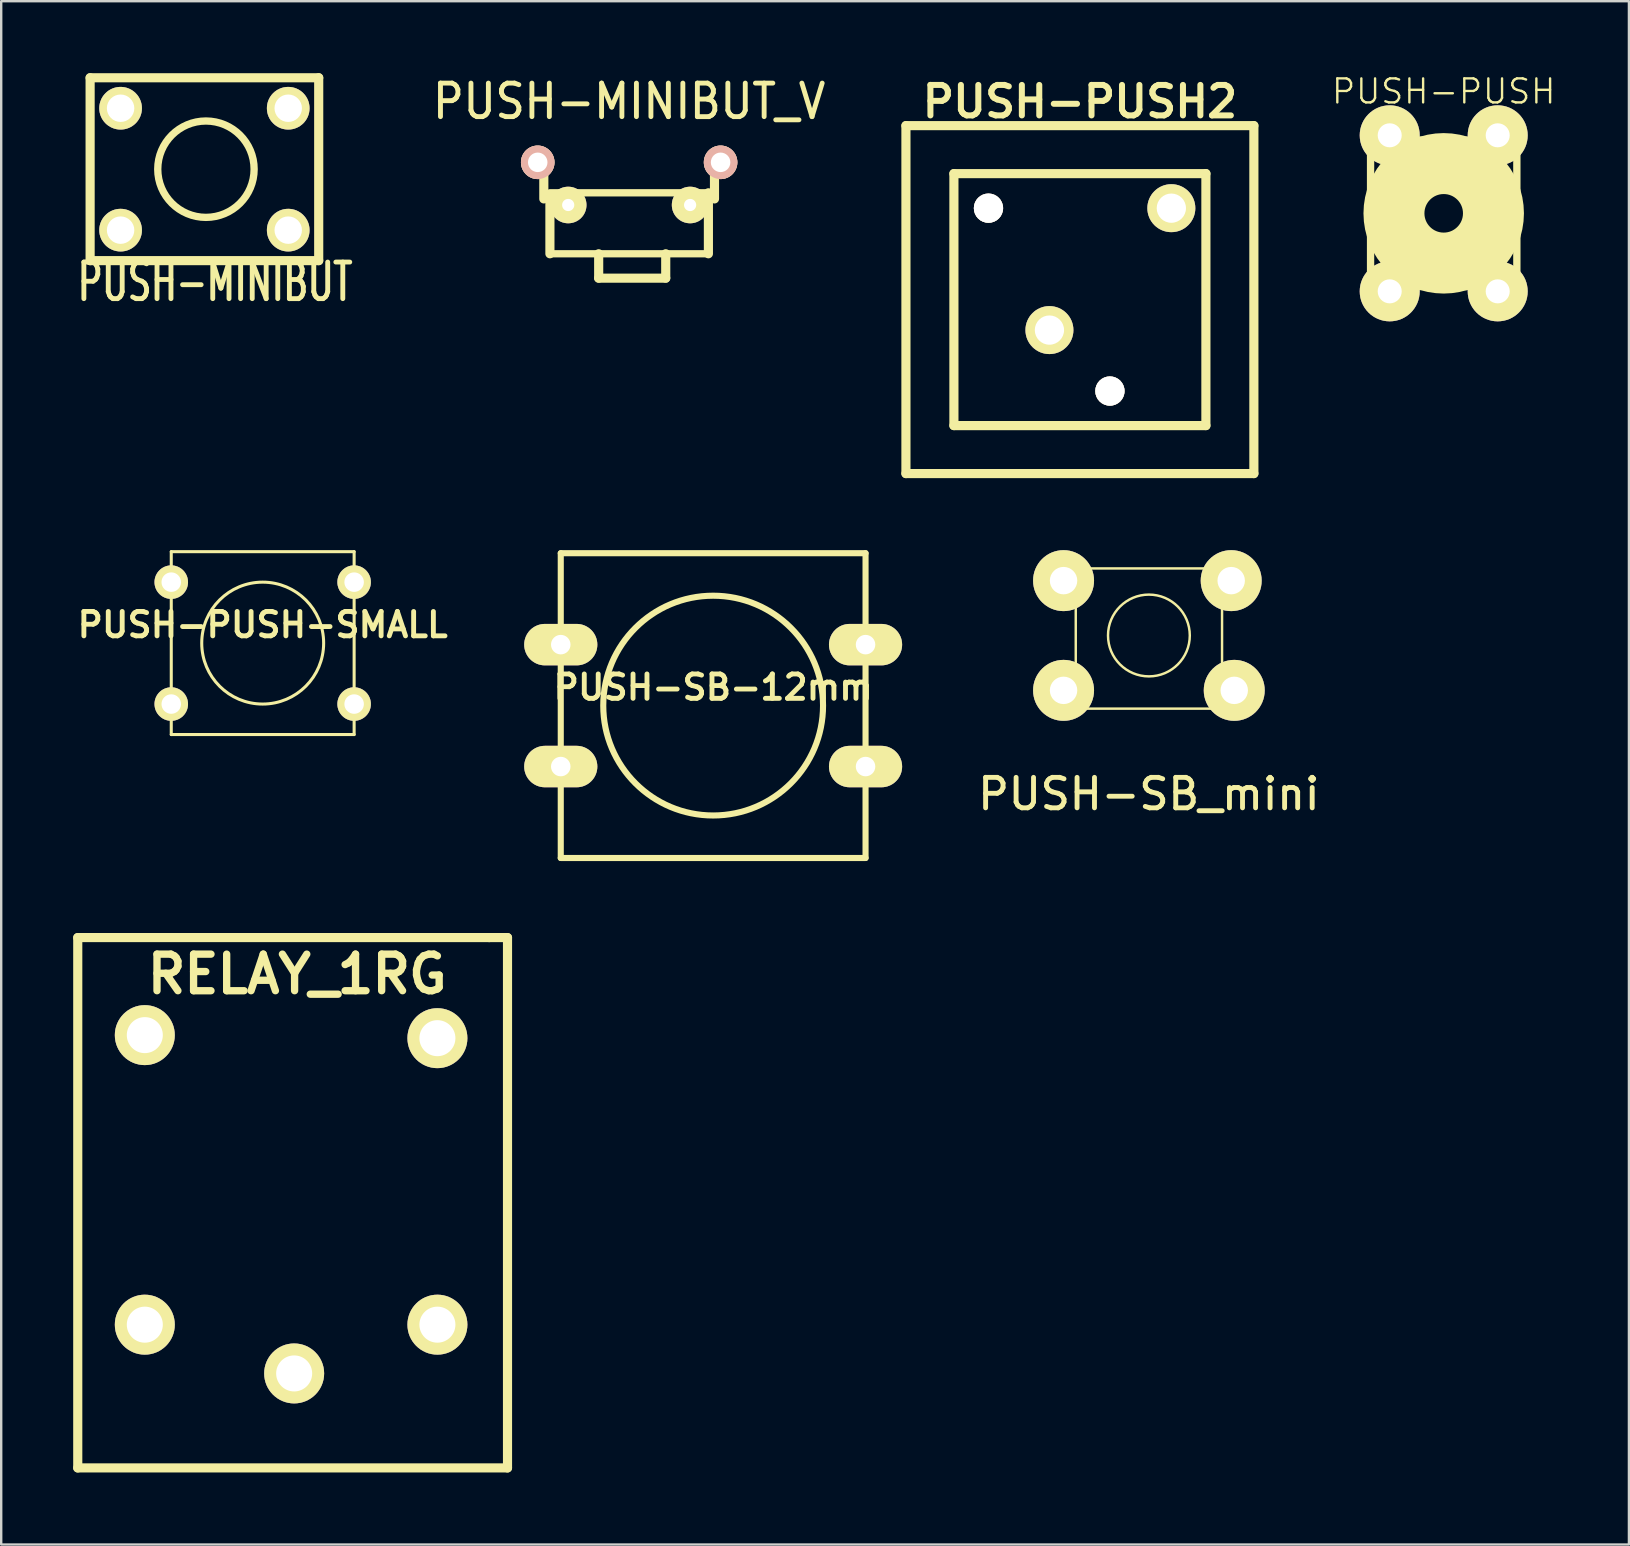
<source format=kicad_pcb>
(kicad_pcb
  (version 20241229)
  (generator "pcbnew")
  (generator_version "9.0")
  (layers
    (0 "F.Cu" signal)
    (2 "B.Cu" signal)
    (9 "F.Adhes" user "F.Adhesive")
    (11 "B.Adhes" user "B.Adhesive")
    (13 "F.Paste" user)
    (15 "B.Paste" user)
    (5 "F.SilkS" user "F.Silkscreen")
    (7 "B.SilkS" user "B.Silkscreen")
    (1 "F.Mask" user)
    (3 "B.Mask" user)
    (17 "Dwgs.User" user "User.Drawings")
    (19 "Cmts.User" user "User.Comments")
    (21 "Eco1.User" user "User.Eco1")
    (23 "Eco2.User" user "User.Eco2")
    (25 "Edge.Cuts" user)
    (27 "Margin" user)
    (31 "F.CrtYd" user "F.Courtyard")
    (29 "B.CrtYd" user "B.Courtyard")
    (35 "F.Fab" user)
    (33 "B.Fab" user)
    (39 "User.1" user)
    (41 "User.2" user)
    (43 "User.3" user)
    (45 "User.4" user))
  (footprint "PUSH-PUSH-SMALL"
    (layer "F.Cu")
    (at 7.896 23.747)
    (property "Reference" "PUSH-PUSH-SMALL" (at 0 -0.762 0) (layer "F.SilkS") (effects (font (size 1.016 1.016) (thickness 0.203))))
    (attr through_hole)
    (fp_line (start -3.81 -3.81) (end -3.81 3.81) (stroke (width 0.127) (type solid)) (layer "F.SilkS"))
    (fp_line (start -3.81 -3.81) (end 3.81 -3.81) (stroke (width 0.127) (type solid)) (layer "F.SilkS"))
    (fp_line (start 3.81 -3.81) (end 3.81 3.81) (stroke (width 0.127) (type solid)) (layer "F.SilkS"))
    (fp_line (start 3.81 3.81) (end -3.81 3.81) (stroke (width 0.127) (type solid)) (layer "F.SilkS"))
    (fp_circle (center 0 0) (end 0 -2.54) (stroke (width 0.127) (type solid)) (fill no) (layer "F.SilkS"))
    (pad "1" thru_hole circle (at -3.81 -2.54) (size 1.397 1.397) (drill 0.813) (layers "*.Cu" "*.Mask" "F.SilkS"))
    (pad "1" thru_hole circle (at 3.81 -2.54) (size 1.397 1.397) (drill 0.813) (layers "*.Cu" "*.Mask" "F.SilkS"))
    (pad "2" thru_hole circle (at -3.81 2.54) (size 1.397 1.397) (drill 0.813) (layers "*.Cu" "*.Mask" "F.SilkS"))
    (pad "2" thru_hole circle (at 3.81 2.54) (size 1.397 1.397) (drill 0.813) (layers "*.Cu" "*.Mask" "F.SilkS")))
  (footprint "PUSH-SB_mini"
    (layer "F.Cu")
    (at 44.823 23.684)
    (property "Reference" "PUSH-SB_mini" (at 0 6.35 0) (layer "F.SilkS") (effects (font (size 1.27 1.27) (thickness 0.203))))
    (attr through_hole)
    (fp_line (start -3.048 -3.048) (end -3.048 2.794) (stroke (width 0.102) (type solid)) (layer "F.SilkS"))
    (fp_line (start -3.048 2.794) (end 3.048 2.794) (stroke (width 0.102) (type solid)) (layer "F.SilkS"))
    (fp_line (start 3.048 -3.048) (end -3.048 -3.048) (stroke (width 0.102) (type solid)) (layer "F.SilkS"))
    (fp_line (start 3.048 2.794) (end 3.048 -3.048) (stroke (width 0.102) (type solid)) (layer "F.SilkS"))
    (fp_circle (center 0 -0.254) (end 1.524 0.508) (stroke (width 0.102) (type solid)) (fill no) (layer "F.SilkS"))
    (pad "1" thru_hole circle (at -3.556 -2.54) (size 2.54 2.54) (drill 1.143) (layers "*.Cu" "*.Mask" "F.SilkS"))
    (pad "2" thru_hole circle (at 3.429 -2.54) (size 2.54 2.54) (drill 1.143) (layers "*.Cu" "*.Mask" "F.SilkS"))
    (pad "3" thru_hole circle (at -3.556 2.032) (size 2.54 2.54) (drill 1.143) (layers "*.Cu" "*.Mask" "F.SilkS"))
    (pad "4" thru_hole circle (at 3.556 2.032) (size 2.54 2.54) (drill 1.143) (layers "*.Cu" "*.Mask" "F.SilkS")))
  (footprint "PUSH-PUSH2"
    (layer "F.Cu")
    (at 41.948 9.434)
    (property "Reference" "PUSH-PUSH2" (at 0 -8.25 0) (layer "F.SilkS") (effects (font (size 1.27 1.27) (thickness 0.251))))
    (attr through_hole)
    (fp_line (start -7.249 7.249) (end -7.249 -7.249) (stroke (width 0.381) (type solid)) (layer "F.SilkS"))
    (fp_line (start -7.249 7.249) (end 7.249 7.249) (stroke (width 0.381) (type solid)) (layer "F.SilkS"))
    (fp_line (start -5.25 -5.25) (end 5.25 -5.25) (stroke (width 0.381) (type solid)) (layer "F.SilkS"))
    (fp_line (start -5.25 5.25) (end -5.25 -5.25) (stroke (width 0.381) (type solid)) (layer "F.SilkS"))
    (fp_line (start 5.25 -5.25) (end 5.25 5.25) (stroke (width 0.381) (type solid)) (layer "F.SilkS"))
    (fp_line (start 5.25 5.25) (end -5.25 5.25) (stroke (width 0.381) (type solid)) (layer "F.SilkS"))
    (fp_line (start 7.249 -7.249) (end -7.249 -7.249) (stroke (width 0.381) (type solid)) (layer "F.SilkS"))
    (fp_line (start 7.249 7.249) (end 7.249 -7.249) (stroke (width 0.381) (type solid)) (layer "F.SilkS"))
    (pad "" thru_hole circle (at -3.81 -3.81) (size 1.219 1.219) (drill 1.219) (layers "*.Cu" "*.Mask" "F.SilkS"))
    (pad "" thru_hole circle (at 1.25 3.81) (size 1.219 1.219) (drill 1.219) (layers "*.Cu" "*.Mask" "F.SilkS"))
    (pad "1" thru_hole circle (at 3.81 -3.81) (size 1.999 1.999) (drill 1.219) (layers "*.Cu" "*.Mask" "F.SilkS"))
    (pad "2" thru_hole circle (at -1.27 1.27) (size 1.999 1.999) (drill 1.219) (layers "*.Cu" "*.Mask" "F.SilkS")))
  (footprint "PUSH-MINIBUT_V"
    (layer "F.Cu")
    (at 23.166 3.714)
    (property "Reference" "PUSH-MINIBUT_V" (at 0 -2.54 0) (layer "F.SilkS") (effects (font (size 1.397 1.27) (thickness 0.203))))
    (attr through_hole)
    (fp_line (start -3.556 1.524) (end -3.556 -0.254) (stroke (width 0.381) (type solid)) (layer "F.SilkS"))
    (fp_line (start -3.302 3.81) (end -3.302 1.524) (stroke (width 0.381) (type solid)) (layer "F.SilkS"))
    (fp_line (start -3.302 3.81) (end 3.302 3.81) (stroke (width 0.305) (type solid)) (layer "F.SilkS"))
    (fp_line (start -1.27 3.81) (end -1.27 4.826) (stroke (width 0.381) (type solid)) (layer "F.SilkS"))
    (fp_line (start -1.27 4.826) (end 1.524 4.826) (stroke (width 0.381) (type solid)) (layer "F.SilkS"))
    (fp_line (start 1.524 4.826) (end 1.524 3.81) (stroke (width 0.381) (type solid)) (layer "F.SilkS"))
    (fp_line (start 3.302 1.27) (end -3.302 1.27) (stroke (width 0.305) (type solid)) (layer "F.SilkS"))
    (fp_line (start 3.302 3.81) (end 3.302 1.27) (stroke (width 0.381) (type solid)) (layer "F.SilkS"))
    (fp_line (start 3.556 1.524) (end 3.556 -0.254) (stroke (width 0.381) (type solid)) (layer "F.SilkS"))
    (pad "1" thru_hole circle (at -2.54 1.778) (size 1.524 1.524) (drill 0.508) (layers "*.Cu" "*.Mask" "F.SilkS"))
    (pad "2" thru_hole circle (at 2.54 1.778) (size 1.524 1.524) (drill 0.508) (layers "*.Cu" "*.Mask" "F.SilkS"))
    (pad "A" thru_hole circle (at -3.81 0) (size 1.397 1.397) (drill 0.813) (layers "*.Cu" "*.SilkS" "*.Mask"))
    (pad "B" thru_hole circle (at 3.81 0) (size 1.397 1.397) (drill 0.813) (layers "*.Cu" "*.SilkS" "*.Mask")))
  (footprint "PUSH-PUSH"
    (layer "F.Cu")
    (at 57.107 5.839)
    (property "Reference" "PUSH-PUSH" (at 0 -5.08 0) (layer "F.SilkS") (effects (font (size 1.001 1.001) (thickness 0.099))))
    (attr through_hole)
    (fp_line (start -3.048 -3.048) (end 3.048 -3.048) (stroke (width 0.305) (type solid)) (layer "F.SilkS"))
    (fp_line (start -3.048 3.048) (end -3.048 -3.048) (stroke (width 0.305) (type solid)) (layer "F.SilkS"))
    (fp_line (start 3.048 -3.048) (end 3.048 3.048) (stroke (width 0.305) (type solid)) (layer "F.SilkS"))
    (fp_line (start 3.048 3.048) (end -3.048 3.048) (stroke (width 0.305) (type solid)) (layer "F.SilkS"))
    (fp_circle (center 0 0) (end -0.762 0.254) (stroke (width 2.54) (type solid)) (fill no) (layer "F.SilkS"))
    (pad "1" thru_hole circle (at -2.25 -3.251) (size 2.499 2.499) (drill 1.001) (layers "*.Cu" "*.Mask" "F.SilkS"))
    (pad "2" thru_hole circle (at -2.25 3.251) (size 2.499 2.499) (drill 1.001) (layers "*.Cu" "*.Mask" "F.SilkS"))
    (pad "3" thru_hole circle (at 2.25 3.251) (size 2.499 2.499) (drill 1.001) (layers "*.Cu" "*.Mask" "F.SilkS"))
    (pad "4" thru_hole circle (at 2.25 -3.251) (size 2.499 2.499) (drill 1.001) (layers "*.Cu" "*.Mask" "F.SilkS")))
  (footprint "RELAY_1RG"
    (layer "F.Cu")
    (at 9.207 46.94)
    (property "Reference" "RELAY_1RG" (at 0.127 -9.398 0) (layer "F.SilkS") (effects (font (size 1.524 1.524) (thickness 0.305))))
    (attr through_hole)
    (fp_line (start -9.017 -10.922) (end 8.128 -10.922) (stroke (width 0.381) (type solid)) (layer "F.SilkS"))
    (fp_line (start -9.017 11.176) (end -9.017 -10.922) (stroke (width 0.381) (type solid)) (layer "F.SilkS"))
    (fp_line (start -9.017 11.176) (end 8.89 11.176) (stroke (width 0.381) (type solid)) (layer "F.SilkS"))
    (fp_line (start 8.128 -10.922) (end 8.89 -10.922) (stroke (width 0.381) (type solid)) (layer "F.SilkS"))
    (fp_line (start 8.89 -10.922) (end 8.89 11.176) (stroke (width 0.381) (type solid)) (layer "F.SilkS"))
    (pad "B1" thru_hole circle (at -6.223 5.207) (size 2.499 2.499) (drill 1.501) (layers "*.Cu" "*.Mask" "F.SilkS"))
    (pad "B2" thru_hole circle (at 5.969 5.207) (size 2.499 2.499) (drill 1.501) (layers "*.Cu" "*.Mask" "F.SilkS"))
    (pad "C" thru_hole circle (at 0 7.239) (size 2.499 2.499) (drill 1.501) (layers "*.Cu" "*.Mask" "F.SilkS"))
    (pad "NA" thru_hole circle (at 5.969 -6.731) (size 2.499 2.499) (drill 1.501) (layers "*.Cu" "*.Mask" "F.SilkS"))
    (pad "NF" thru_hole circle (at -6.223 -6.858) (size 2.499 2.499) (drill 1.501) (layers "*.Cu" "*.Mask" "F.SilkS")))
  (footprint "PUSH-SB-12mm"
    (layer "F.Cu")
    (at 26.666 26.351)
    (property "Reference" "PUSH-SB-12mm" (at 0 -0.762 0) (layer "F.SilkS") (effects (font (size 1.016 1.016) (thickness 0.203))))
    (attr through_hole)
    (fp_line (start -6.35 -6.35) (end 6.35 -6.35) (stroke (width 0.254) (type solid)) (layer "F.SilkS"))
    (fp_line (start -6.35 6.35) (end -6.35 -6.35) (stroke (width 0.254) (type solid)) (layer "F.SilkS"))
    (fp_line (start 6.35 -6.35) (end 6.35 6.35) (stroke (width 0.254) (type solid)) (layer "F.SilkS"))
    (fp_line (start 6.35 6.35) (end -6.35 6.35) (stroke (width 0.254) (type solid)) (layer "F.SilkS"))
    (fp_circle (center 0 0) (end 3.81 2.54) (stroke (width 0.254) (type solid)) (fill no) (layer "F.SilkS"))
    (pad "1" thru_hole oval (at -6.35 -2.54) (size 3.048 1.727) (drill 0.813) (layers "*.Cu" "*.Mask" "F.SilkS"))
    (pad "1" thru_hole oval (at 6.35 -2.54) (size 3.048 1.727) (drill 0.813) (layers "*.Cu" "*.Mask" "F.SilkS"))
    (pad "2" thru_hole oval (at -6.35 2.54) (size 3.048 1.727) (drill 0.813) (layers "*.Cu" "*.Mask" "F.SilkS"))
    (pad "2" thru_hole oval (at 6.35 2.54) (size 3.048 1.727) (drill 0.813) (layers "*.Cu" "*.Mask" "F.SilkS")))
  (footprint "PUSH-MINIBUT"
    (layer "F.Cu")
    (at 5.531 4)
    (property "Reference" "PUSH-MINIBUT" (at 0.381 4.699 0) (layer "F.SilkS") (effects (font (size 1.524 1.016) (thickness 0.203))))
    (attr through_hole)
    (fp_line (start -4.826 -3.81) (end -4.826 3.81) (stroke (width 0.381) (type solid)) (layer "F.SilkS"))
    (fp_line (start -4.826 3.81) (end 4.699 3.81) (stroke (width 0.381) (type solid)) (layer "F.SilkS"))
    (fp_line (start 4.699 -3.81) (end -4.826 -3.81) (stroke (width 0.381) (type solid)) (layer "F.SilkS"))
    (fp_line (start 4.699 3.81) (end 4.699 -3.81) (stroke (width 0.381) (type solid)) (layer "F.SilkS"))
    (fp_circle (center 0 0) (end 1.905 0.635) (stroke (width 0.305) (type solid)) (fill no) (layer "F.SilkS"))
    (pad "1" thru_hole circle (at 3.429 -2.54) (size 1.778 1.778) (drill 1.143) (layers "*.Cu" "*.Mask" "F.SilkS"))
    (pad "2" thru_hole circle (at 3.429 2.54) (size 1.778 1.778) (drill 1.143) (layers "*.Cu" "*.Mask" "F.SilkS"))
    (pad "3" thru_hole circle (at -3.556 2.54) (size 1.778 1.778) (drill 1.143) (layers "*.Cu" "*.Mask" "F.SilkS"))
    (pad "4" thru_hole circle (at -3.556 -2.54) (size 1.778 1.778) (drill 1.143) (layers "*.Cu" "*.Mask" "F.SilkS")))
  (gr_rect
    (start -3 -3)
    (end 64.825 61.307)
    (stroke (width 0.1) (type default))
    (fill no)
    (layer "Edge.Cuts")))
</source>
